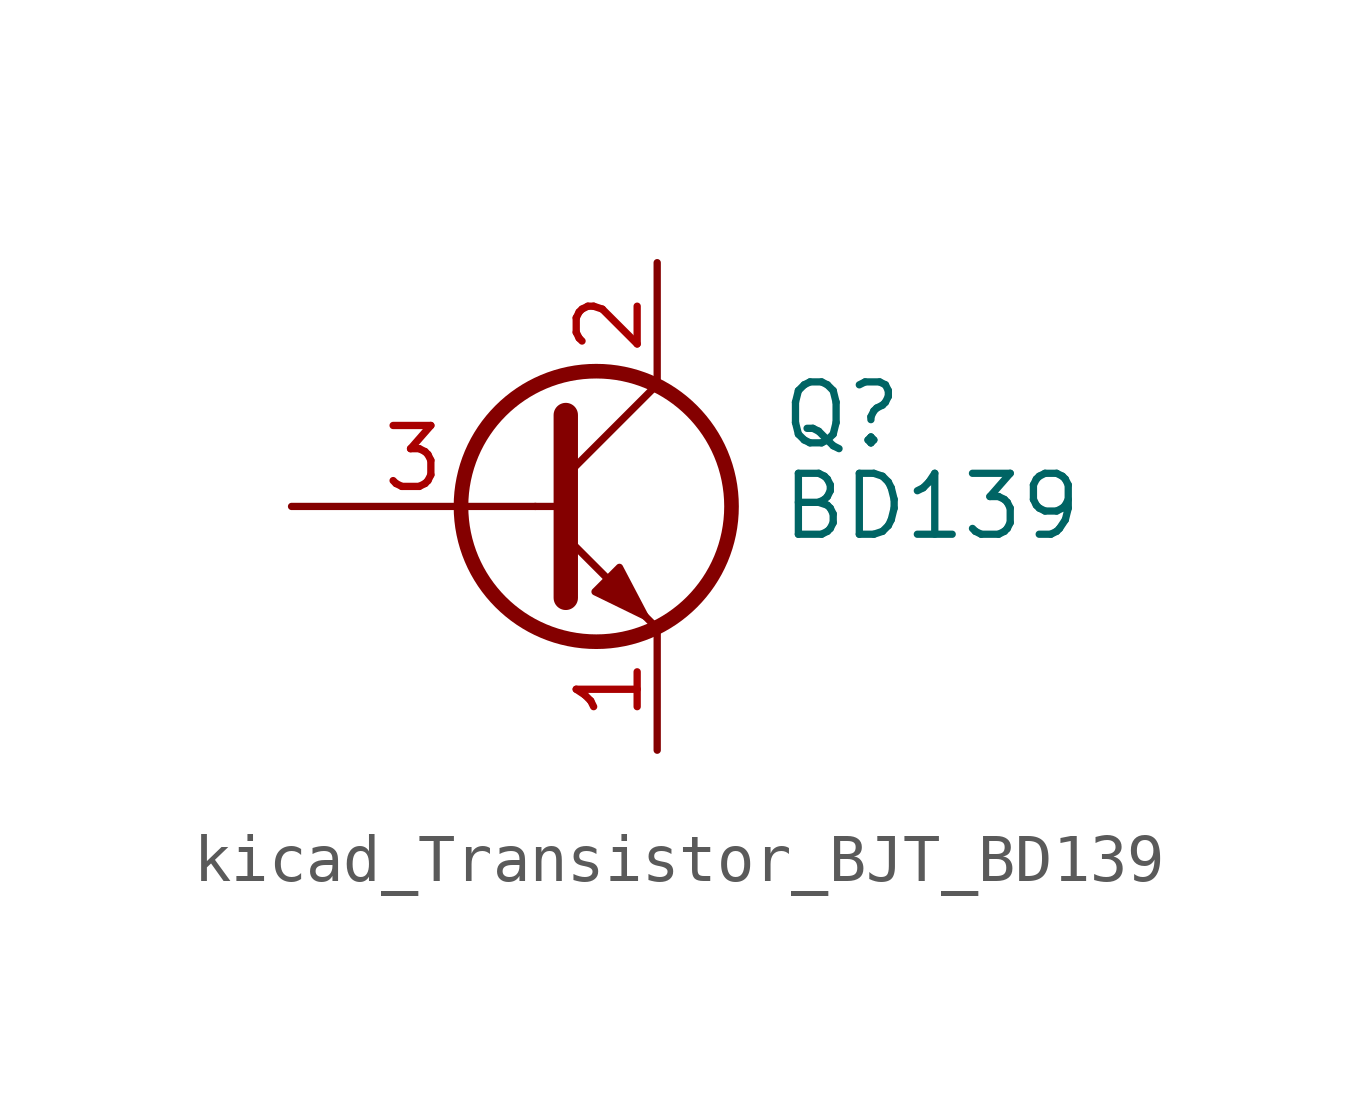
<source format=kicad_sym>
(kicad_symbol_lib
  (version 20220914)
  (generator kicad_symbol_editor)
  (symbol "kicad_Transistor_BJT_BD139"
    (pin_names
      (offset 0) hide)
    (property "Reference" "Q"
      (at 5.08 1.905 0)
      (effects (font (size 1.27 1.27)) (justify left)))
    (property "Value" "BD139"
      (at 5.08 0 0)
      (effects (font (size 1.27 1.27)) (justify left)))
    (symbol "kicad_Transistor_BJT_BD139_0_1"
      (polyline (pts (xy 0 0) (xy 0.635 0)) (stroke (width 0) (type default)) (fill (type none)))
      (polyline (pts (xy 2.54 -2.54) (xy 0.635 -0.635)) (stroke (width 0) (type default)) (fill (type none)))
      (polyline (pts (xy 2.54 2.54) (xy 0.635 0.635)) (stroke (width 0) (type default)) (fill (type none)))
      (polyline (pts (xy 0.635 1.905) (xy 0.635 -1.905) (xy 0.635 -1.905)) (stroke (width 0.508) (type default)) (fill (type outline)))
      (polyline (pts (xy 1.245 -1.778) (xy 1.753 -1.27) (xy 2.286 -2.286) (xy 1.245 -1.778) (xy 1.245 -1.778)) (stroke (width 0) (type default)) (fill (type outline)))
      (circle (center 1.27 0) (radius 2.819) (stroke (width 0.305) (type default)) (fill (type none))))
    (symbol "kicad_Transistor_BJT_BD139_1_1"
      (pin passive line (at 2.54 -5.08 90) (length 2.54) (name "E" (effects (font (size 1.27 1.27)))) (number "1" (effects (font (size 1.27 1.27)))))
      (pin passive line (at 2.54 5.08 270) (length 2.54) (name "C" (effects (font (size 1.27 1.27)))) (number "2" (effects (font (size 1.27 1.27)))))
      (pin input line (at -5.08 0 0) (length 5.08) (name "B" (effects (font (size 1.27 1.27)))) (number "3" (effects (font (size 1.27 1.27))))))))
</source>
